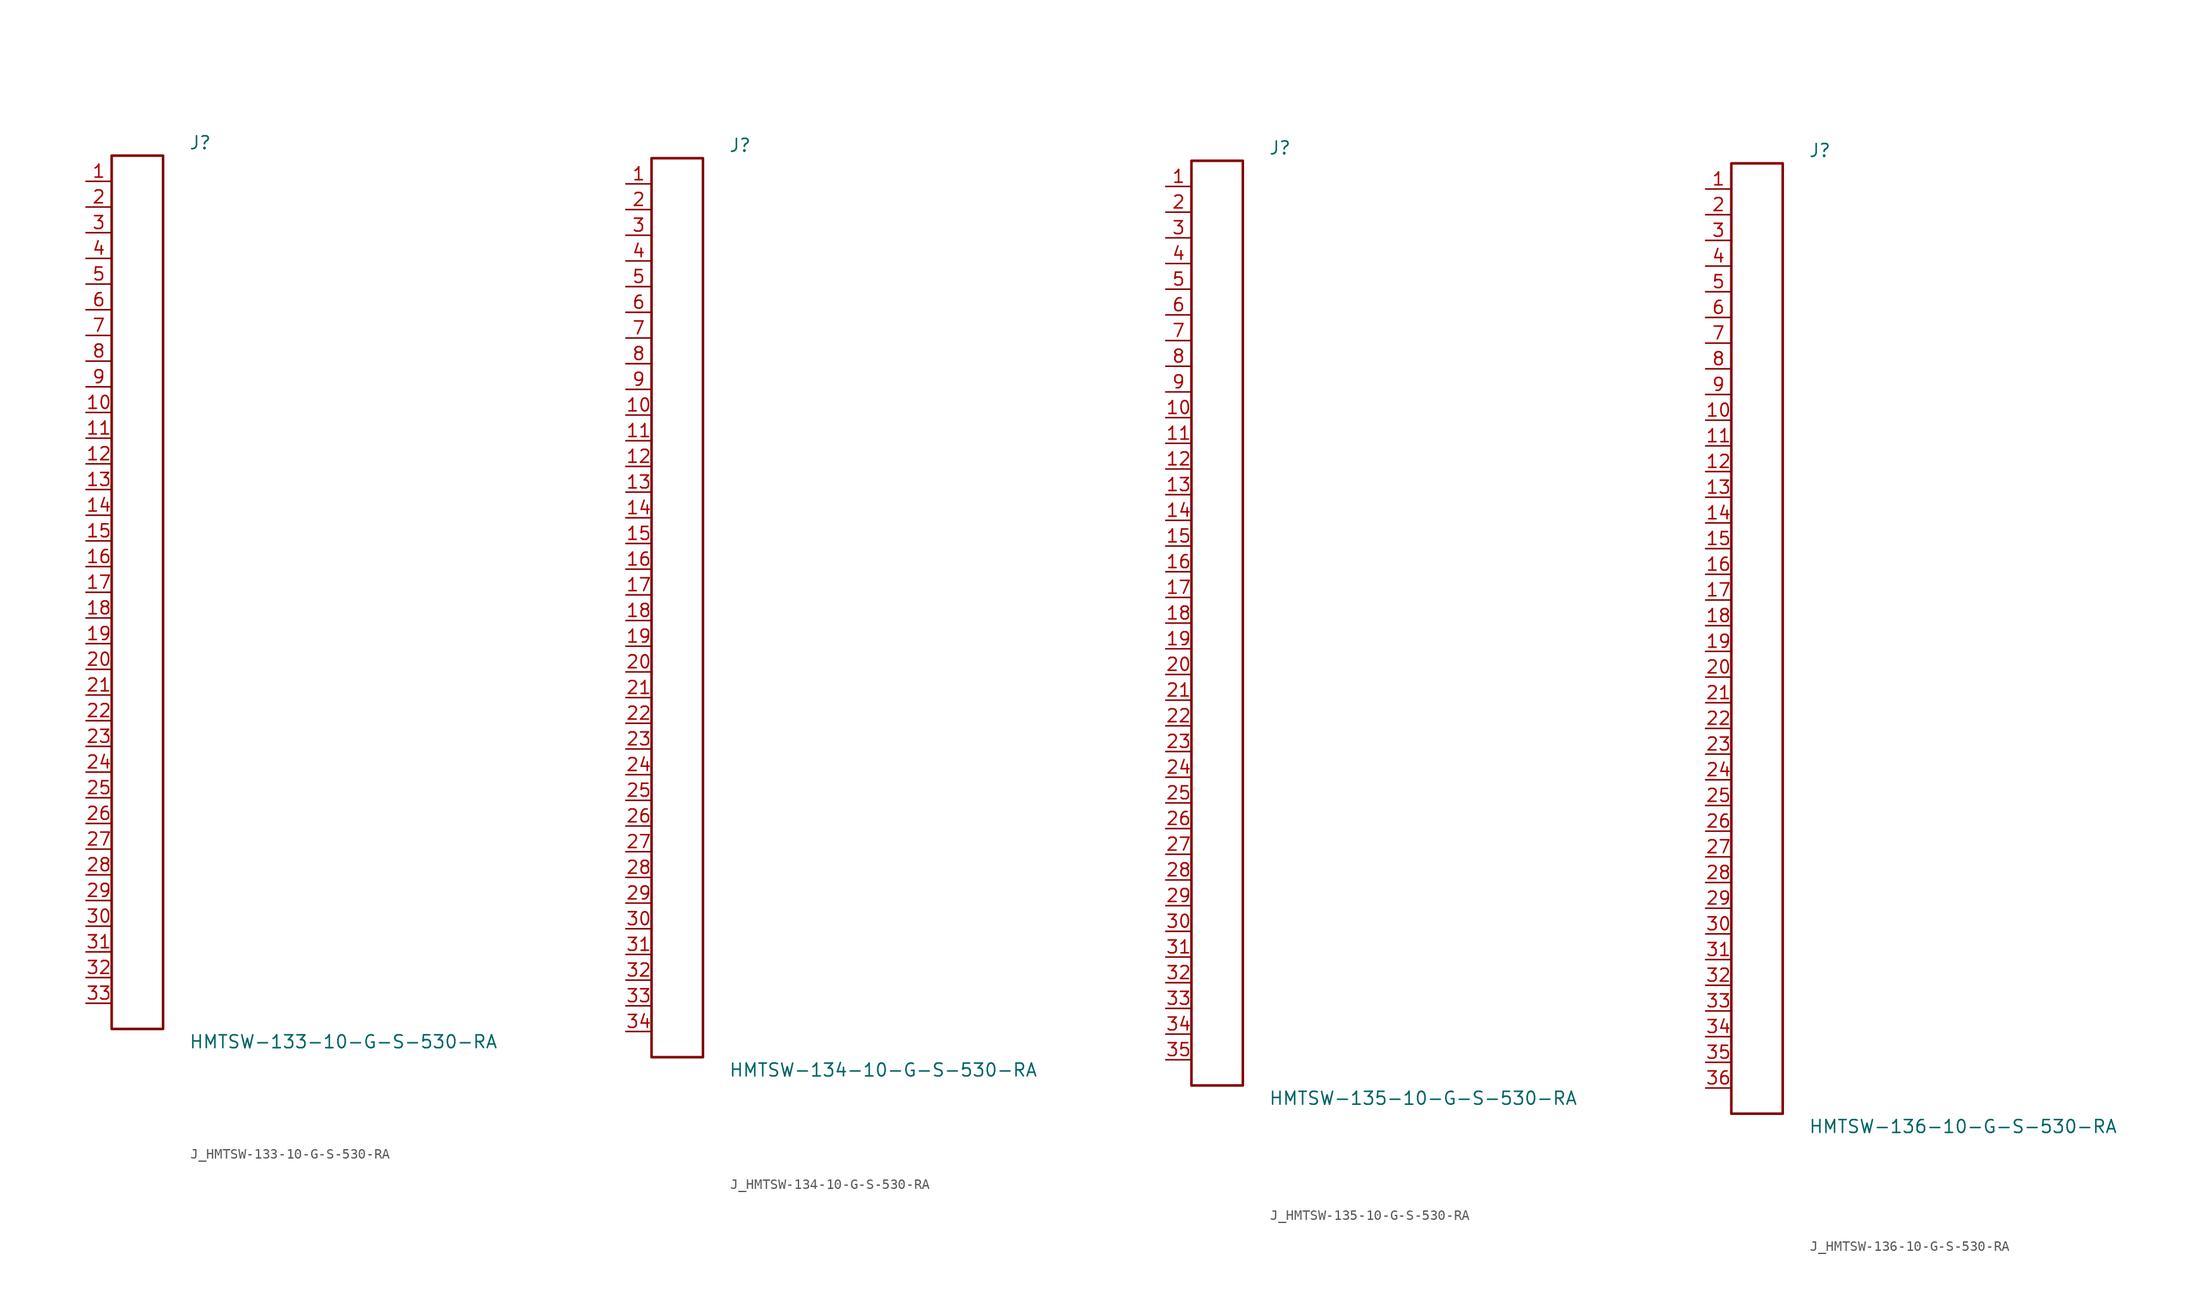
<source format=kicad_sym>
(kicad_symbol_lib
  (version 20231120)
  (generator kicad_symbol_editor)
  (generator_version 8.0)
  (symbol "J_HMTSW-133-10-G-S-530-RA"
    (pin_names
      (offset 0.254))
    (property "Reference" "J"
      (at 5.08 44.45 0)
      (effects (font (size 1.27 1.27)) (justify left)))
    (property "Value" "HMTSW-133-10-G-S-530-RA"
      (at 5.08 -44.45 0)
      (effects (font (size 1.27 1.27)) (justify left)))
    (symbol "J_HMTSW-133-10-G-S-530-RA_0_0"
      (pin unspecified line (at -5.08 40.64 0) (length 2.54) (name "" (effects (font (size 1.27 1.27)))) (number "1" (effects (font (size 1.27 1.27)))))
      (pin unspecified line (at -5.08 38.1 0) (length 2.54) (name "" (effects (font (size 1.27 1.27)))) (number "2" (effects (font (size 1.27 1.27)))))
      (pin unspecified line (at -5.08 35.56 0) (length 2.54) (name "" (effects (font (size 1.27 1.27)))) (number "3" (effects (font (size 1.27 1.27)))))
      (pin unspecified line (at -5.08 33.02 0) (length 2.54) (name "" (effects (font (size 1.27 1.27)))) (number "4" (effects (font (size 1.27 1.27)))))
      (pin unspecified line (at -5.08 30.48 0) (length 2.54) (name "" (effects (font (size 1.27 1.27)))) (number "5" (effects (font (size 1.27 1.27)))))
      (pin unspecified line (at -5.08 27.94 0) (length 2.54) (name "" (effects (font (size 1.27 1.27)))) (number "6" (effects (font (size 1.27 1.27)))))
      (pin unspecified line (at -5.08 25.4 0) (length 2.54) (name "" (effects (font (size 1.27 1.27)))) (number "7" (effects (font (size 1.27 1.27)))))
      (pin unspecified line (at -5.08 22.86 0) (length 2.54) (name "" (effects (font (size 1.27 1.27)))) (number "8" (effects (font (size 1.27 1.27)))))
      (pin unspecified line (at -5.08 20.32 0) (length 2.54) (name "" (effects (font (size 1.27 1.27)))) (number "9" (effects (font (size 1.27 1.27)))))
      (pin unspecified line (at -5.08 17.78 0) (length 2.54) (name "" (effects (font (size 1.27 1.27)))) (number "10" (effects (font (size 1.27 1.27)))))
      (pin unspecified line (at -5.08 15.24 0) (length 2.54) (name "" (effects (font (size 1.27 1.27)))) (number "11" (effects (font (size 1.27 1.27)))))
      (pin unspecified line (at -5.08 12.7 0) (length 2.54) (name "" (effects (font (size 1.27 1.27)))) (number "12" (effects (font (size 1.27 1.27)))))
      (pin unspecified line (at -5.08 10.16 0) (length 2.54) (name "" (effects (font (size 1.27 1.27)))) (number "13" (effects (font (size 1.27 1.27)))))
      (pin unspecified line (at -5.08 7.62 0) (length 2.54) (name "" (effects (font (size 1.27 1.27)))) (number "14" (effects (font (size 1.27 1.27)))))
      (pin unspecified line (at -5.08 5.08 0) (length 2.54) (name "" (effects (font (size 1.27 1.27)))) (number "15" (effects (font (size 1.27 1.27)))))
      (pin unspecified line (at -5.08 2.54 0) (length 2.54) (name "" (effects (font (size 1.27 1.27)))) (number "16" (effects (font (size 1.27 1.27)))))
      (pin unspecified line (at -5.08 0.0 0) (length 2.54) (name "" (effects (font (size 1.27 1.27)))) (number "17" (effects (font (size 1.27 1.27)))))
      (pin unspecified line (at -5.08 -2.54 0) (length 2.54) (name "" (effects (font (size 1.27 1.27)))) (number "18" (effects (font (size 1.27 1.27)))))
      (pin unspecified line (at -5.08 -5.08 0) (length 2.54) (name "" (effects (font (size 1.27 1.27)))) (number "19" (effects (font (size 1.27 1.27)))))
      (pin unspecified line (at -5.08 -7.62 0) (length 2.54) (name "" (effects (font (size 1.27 1.27)))) (number "20" (effects (font (size 1.27 1.27)))))
      (pin unspecified line (at -5.08 -10.16 0) (length 2.54) (name "" (effects (font (size 1.27 1.27)))) (number "21" (effects (font (size 1.27 1.27)))))
      (pin unspecified line (at -5.08 -12.7 0) (length 2.54) (name "" (effects (font (size 1.27 1.27)))) (number "22" (effects (font (size 1.27 1.27)))))
      (pin unspecified line (at -5.08 -15.24 0) (length 2.54) (name "" (effects (font (size 1.27 1.27)))) (number "23" (effects (font (size 1.27 1.27)))))
      (pin unspecified line (at -5.08 -17.78 0) (length 2.54) (name "" (effects (font (size 1.27 1.27)))) (number "24" (effects (font (size 1.27 1.27)))))
      (pin unspecified line (at -5.08 -20.32 0) (length 2.54) (name "" (effects (font (size 1.27 1.27)))) (number "25" (effects (font (size 1.27 1.27)))))
      (pin unspecified line (at -5.08 -22.86 0) (length 2.54) (name "" (effects (font (size 1.27 1.27)))) (number "26" (effects (font (size 1.27 1.27)))))
      (pin unspecified line (at -5.08 -25.4 0) (length 2.54) (name "" (effects (font (size 1.27 1.27)))) (number "27" (effects (font (size 1.27 1.27)))))
      (pin unspecified line (at -5.08 -27.94 0) (length 2.54) (name "" (effects (font (size 1.27 1.27)))) (number "28" (effects (font (size 1.27 1.27)))))
      (pin unspecified line (at -5.08 -30.48 0) (length 2.54) (name "" (effects (font (size 1.27 1.27)))) (number "29" (effects (font (size 1.27 1.27)))))
      (pin unspecified line (at -5.08 -33.02 0) (length 2.54) (name "" (effects (font (size 1.27 1.27)))) (number "30" (effects (font (size 1.27 1.27)))))
      (pin unspecified line (at -5.08 -35.56 0) (length 2.54) (name "" (effects (font (size 1.27 1.27)))) (number "31" (effects (font (size 1.27 1.27)))))
      (pin unspecified line (at -5.08 -38.1 0) (length 2.54) (name "" (effects (font (size 1.27 1.27)))) (number "32" (effects (font (size 1.27 1.27)))))
      (pin unspecified line (at -5.08 -40.64 0) (length 2.54) (name "" (effects (font (size 1.27 1.27)))) (number "33" (effects (font (size 1.27 1.27))))))
    (symbol "J_HMTSW-133-10-G-S-530-RA_1_0"
      (rectangle (start -2.54 43.18) (end 2.54 -43.18) (stroke (width 0.254) (type solid)) (fill (type none)))))
  (symbol "J_HMTSW-134-10-G-S-530-RA"
    (pin_names
      (offset 0.254))
    (property "Reference" "J"
      (at 5.08 45.72 0)
      (effects (font (size 1.27 1.27)) (justify left)))
    (property "Value" "HMTSW-134-10-G-S-530-RA"
      (at 5.08 -45.72 0)
      (effects (font (size 1.27 1.27)) (justify left)))
    (symbol "J_HMTSW-134-10-G-S-530-RA_0_0"
      (pin unspecified line (at -5.08 41.91 0) (length 2.54) (name "" (effects (font (size 1.27 1.27)))) (number "1" (effects (font (size 1.27 1.27)))))
      (pin unspecified line (at -5.08 39.37 0) (length 2.54) (name "" (effects (font (size 1.27 1.27)))) (number "2" (effects (font (size 1.27 1.27)))))
      (pin unspecified line (at -5.08 36.83 0) (length 2.54) (name "" (effects (font (size 1.27 1.27)))) (number "3" (effects (font (size 1.27 1.27)))))
      (pin unspecified line (at -5.08 34.29 0) (length 2.54) (name "" (effects (font (size 1.27 1.27)))) (number "4" (effects (font (size 1.27 1.27)))))
      (pin unspecified line (at -5.08 31.75 0) (length 2.54) (name "" (effects (font (size 1.27 1.27)))) (number "5" (effects (font (size 1.27 1.27)))))
      (pin unspecified line (at -5.08 29.21 0) (length 2.54) (name "" (effects (font (size 1.27 1.27)))) (number "6" (effects (font (size 1.27 1.27)))))
      (pin unspecified line (at -5.08 26.67 0) (length 2.54) (name "" (effects (font (size 1.27 1.27)))) (number "7" (effects (font (size 1.27 1.27)))))
      (pin unspecified line (at -5.08 24.13 0) (length 2.54) (name "" (effects (font (size 1.27 1.27)))) (number "8" (effects (font (size 1.27 1.27)))))
      (pin unspecified line (at -5.08 21.59 0) (length 2.54) (name "" (effects (font (size 1.27 1.27)))) (number "9" (effects (font (size 1.27 1.27)))))
      (pin unspecified line (at -5.08 19.05 0) (length 2.54) (name "" (effects (font (size 1.27 1.27)))) (number "10" (effects (font (size 1.27 1.27)))))
      (pin unspecified line (at -5.08 16.51 0) (length 2.54) (name "" (effects (font (size 1.27 1.27)))) (number "11" (effects (font (size 1.27 1.27)))))
      (pin unspecified line (at -5.08 13.97 0) (length 2.54) (name "" (effects (font (size 1.27 1.27)))) (number "12" (effects (font (size 1.27 1.27)))))
      (pin unspecified line (at -5.08 11.43 0) (length 2.54) (name "" (effects (font (size 1.27 1.27)))) (number "13" (effects (font (size 1.27 1.27)))))
      (pin unspecified line (at -5.08 8.89 0) (length 2.54) (name "" (effects (font (size 1.27 1.27)))) (number "14" (effects (font (size 1.27 1.27)))))
      (pin unspecified line (at -5.08 6.35 0) (length 2.54) (name "" (effects (font (size 1.27 1.27)))) (number "15" (effects (font (size 1.27 1.27)))))
      (pin unspecified line (at -5.08 3.81 0) (length 2.54) (name "" (effects (font (size 1.27 1.27)))) (number "16" (effects (font (size 1.27 1.27)))))
      (pin unspecified line (at -5.08 1.27 0) (length 2.54) (name "" (effects (font (size 1.27 1.27)))) (number "17" (effects (font (size 1.27 1.27)))))
      (pin unspecified line (at -5.08 -1.27 0) (length 2.54) (name "" (effects (font (size 1.27 1.27)))) (number "18" (effects (font (size 1.27 1.27)))))
      (pin unspecified line (at -5.08 -3.81 0) (length 2.54) (name "" (effects (font (size 1.27 1.27)))) (number "19" (effects (font (size 1.27 1.27)))))
      (pin unspecified line (at -5.08 -6.35 0) (length 2.54) (name "" (effects (font (size 1.27 1.27)))) (number "20" (effects (font (size 1.27 1.27)))))
      (pin unspecified line (at -5.08 -8.89 0) (length 2.54) (name "" (effects (font (size 1.27 1.27)))) (number "21" (effects (font (size 1.27 1.27)))))
      (pin unspecified line (at -5.08 -11.43 0) (length 2.54) (name "" (effects (font (size 1.27 1.27)))) (number "22" (effects (font (size 1.27 1.27)))))
      (pin unspecified line (at -5.08 -13.97 0) (length 2.54) (name "" (effects (font (size 1.27 1.27)))) (number "23" (effects (font (size 1.27 1.27)))))
      (pin unspecified line (at -5.08 -16.51 0) (length 2.54) (name "" (effects (font (size 1.27 1.27)))) (number "24" (effects (font (size 1.27 1.27)))))
      (pin unspecified line (at -5.08 -19.05 0) (length 2.54) (name "" (effects (font (size 1.27 1.27)))) (number "25" (effects (font (size 1.27 1.27)))))
      (pin unspecified line (at -5.08 -21.59 0) (length 2.54) (name "" (effects (font (size 1.27 1.27)))) (number "26" (effects (font (size 1.27 1.27)))))
      (pin unspecified line (at -5.08 -24.13 0) (length 2.54) (name "" (effects (font (size 1.27 1.27)))) (number "27" (effects (font (size 1.27 1.27)))))
      (pin unspecified line (at -5.08 -26.67 0) (length 2.54) (name "" (effects (font (size 1.27 1.27)))) (number "28" (effects (font (size 1.27 1.27)))))
      (pin unspecified line (at -5.08 -29.21 0) (length 2.54) (name "" (effects (font (size 1.27 1.27)))) (number "29" (effects (font (size 1.27 1.27)))))
      (pin unspecified line (at -5.08 -31.75 0) (length 2.54) (name "" (effects (font (size 1.27 1.27)))) (number "30" (effects (font (size 1.27 1.27)))))
      (pin unspecified line (at -5.08 -34.29 0) (length 2.54) (name "" (effects (font (size 1.27 1.27)))) (number "31" (effects (font (size 1.27 1.27)))))
      (pin unspecified line (at -5.08 -36.83 0) (length 2.54) (name "" (effects (font (size 1.27 1.27)))) (number "32" (effects (font (size 1.27 1.27)))))
      (pin unspecified line (at -5.08 -39.37 0) (length 2.54) (name "" (effects (font (size 1.27 1.27)))) (number "33" (effects (font (size 1.27 1.27)))))
      (pin unspecified line (at -5.08 -41.91 0) (length 2.54) (name "" (effects (font (size 1.27 1.27)))) (number "34" (effects (font (size 1.27 1.27))))))
    (symbol "J_HMTSW-134-10-G-S-530-RA_1_0"
      (rectangle (start -2.54 44.45) (end 2.54 -44.45) (stroke (width 0.254) (type solid)) (fill (type none)))))
  (symbol "J_HMTSW-135-10-G-S-530-RA"
    (pin_names
      (offset 0.254))
    (property "Reference" "J"
      (at 5.08 46.99 0)
      (effects (font (size 1.27 1.27)) (justify left)))
    (property "Value" "HMTSW-135-10-G-S-530-RA"
      (at 5.08 -46.99 0)
      (effects (font (size 1.27 1.27)) (justify left)))
    (symbol "J_HMTSW-135-10-G-S-530-RA_0_0"
      (pin unspecified line (at -5.08 43.18 0) (length 2.54) (name "" (effects (font (size 1.27 1.27)))) (number "1" (effects (font (size 1.27 1.27)))))
      (pin unspecified line (at -5.08 40.64 0) (length 2.54) (name "" (effects (font (size 1.27 1.27)))) (number "2" (effects (font (size 1.27 1.27)))))
      (pin unspecified line (at -5.08 38.1 0) (length 2.54) (name "" (effects (font (size 1.27 1.27)))) (number "3" (effects (font (size 1.27 1.27)))))
      (pin unspecified line (at -5.08 35.56 0) (length 2.54) (name "" (effects (font (size 1.27 1.27)))) (number "4" (effects (font (size 1.27 1.27)))))
      (pin unspecified line (at -5.08 33.02 0) (length 2.54) (name "" (effects (font (size 1.27 1.27)))) (number "5" (effects (font (size 1.27 1.27)))))
      (pin unspecified line (at -5.08 30.48 0) (length 2.54) (name "" (effects (font (size 1.27 1.27)))) (number "6" (effects (font (size 1.27 1.27)))))
      (pin unspecified line (at -5.08 27.94 0) (length 2.54) (name "" (effects (font (size 1.27 1.27)))) (number "7" (effects (font (size 1.27 1.27)))))
      (pin unspecified line (at -5.08 25.4 0) (length 2.54) (name "" (effects (font (size 1.27 1.27)))) (number "8" (effects (font (size 1.27 1.27)))))
      (pin unspecified line (at -5.08 22.86 0) (length 2.54) (name "" (effects (font (size 1.27 1.27)))) (number "9" (effects (font (size 1.27 1.27)))))
      (pin unspecified line (at -5.08 20.32 0) (length 2.54) (name "" (effects (font (size 1.27 1.27)))) (number "10" (effects (font (size 1.27 1.27)))))
      (pin unspecified line (at -5.08 17.78 0) (length 2.54) (name "" (effects (font (size 1.27 1.27)))) (number "11" (effects (font (size 1.27 1.27)))))
      (pin unspecified line (at -5.08 15.24 0) (length 2.54) (name "" (effects (font (size 1.27 1.27)))) (number "12" (effects (font (size 1.27 1.27)))))
      (pin unspecified line (at -5.08 12.7 0) (length 2.54) (name "" (effects (font (size 1.27 1.27)))) (number "13" (effects (font (size 1.27 1.27)))))
      (pin unspecified line (at -5.08 10.16 0) (length 2.54) (name "" (effects (font (size 1.27 1.27)))) (number "14" (effects (font (size 1.27 1.27)))))
      (pin unspecified line (at -5.08 7.62 0) (length 2.54) (name "" (effects (font (size 1.27 1.27)))) (number "15" (effects (font (size 1.27 1.27)))))
      (pin unspecified line (at -5.08 5.08 0) (length 2.54) (name "" (effects (font (size 1.27 1.27)))) (number "16" (effects (font (size 1.27 1.27)))))
      (pin unspecified line (at -5.08 2.54 0) (length 2.54) (name "" (effects (font (size 1.27 1.27)))) (number "17" (effects (font (size 1.27 1.27)))))
      (pin unspecified line (at -5.08 0.0 0) (length 2.54) (name "" (effects (font (size 1.27 1.27)))) (number "18" (effects (font (size 1.27 1.27)))))
      (pin unspecified line (at -5.08 -2.54 0) (length 2.54) (name "" (effects (font (size 1.27 1.27)))) (number "19" (effects (font (size 1.27 1.27)))))
      (pin unspecified line (at -5.08 -5.08 0) (length 2.54) (name "" (effects (font (size 1.27 1.27)))) (number "20" (effects (font (size 1.27 1.27)))))
      (pin unspecified line (at -5.08 -7.62 0) (length 2.54) (name "" (effects (font (size 1.27 1.27)))) (number "21" (effects (font (size 1.27 1.27)))))
      (pin unspecified line (at -5.08 -10.16 0) (length 2.54) (name "" (effects (font (size 1.27 1.27)))) (number "22" (effects (font (size 1.27 1.27)))))
      (pin unspecified line (at -5.08 -12.7 0) (length 2.54) (name "" (effects (font (size 1.27 1.27)))) (number "23" (effects (font (size 1.27 1.27)))))
      (pin unspecified line (at -5.08 -15.24 0) (length 2.54) (name "" (effects (font (size 1.27 1.27)))) (number "24" (effects (font (size 1.27 1.27)))))
      (pin unspecified line (at -5.08 -17.78 0) (length 2.54) (name "" (effects (font (size 1.27 1.27)))) (number "25" (effects (font (size 1.27 1.27)))))
      (pin unspecified line (at -5.08 -20.32 0) (length 2.54) (name "" (effects (font (size 1.27 1.27)))) (number "26" (effects (font (size 1.27 1.27)))))
      (pin unspecified line (at -5.08 -22.86 0) (length 2.54) (name "" (effects (font (size 1.27 1.27)))) (number "27" (effects (font (size 1.27 1.27)))))
      (pin unspecified line (at -5.08 -25.4 0) (length 2.54) (name "" (effects (font (size 1.27 1.27)))) (number "28" (effects (font (size 1.27 1.27)))))
      (pin unspecified line (at -5.08 -27.94 0) (length 2.54) (name "" (effects (font (size 1.27 1.27)))) (number "29" (effects (font (size 1.27 1.27)))))
      (pin unspecified line (at -5.08 -30.48 0) (length 2.54) (name "" (effects (font (size 1.27 1.27)))) (number "30" (effects (font (size 1.27 1.27)))))
      (pin unspecified line (at -5.08 -33.02 0) (length 2.54) (name "" (effects (font (size 1.27 1.27)))) (number "31" (effects (font (size 1.27 1.27)))))
      (pin unspecified line (at -5.08 -35.56 0) (length 2.54) (name "" (effects (font (size 1.27 1.27)))) (number "32" (effects (font (size 1.27 1.27)))))
      (pin unspecified line (at -5.08 -38.1 0) (length 2.54) (name "" (effects (font (size 1.27 1.27)))) (number "33" (effects (font (size 1.27 1.27)))))
      (pin unspecified line (at -5.08 -40.64 0) (length 2.54) (name "" (effects (font (size 1.27 1.27)))) (number "34" (effects (font (size 1.27 1.27)))))
      (pin unspecified line (at -5.08 -43.18 0) (length 2.54) (name "" (effects (font (size 1.27 1.27)))) (number "35" (effects (font (size 1.27 1.27))))))
    (symbol "J_HMTSW-135-10-G-S-530-RA_1_0"
      (rectangle (start -2.54 45.72) (end 2.54 -45.72) (stroke (width 0.254) (type solid)) (fill (type none)))))
  (symbol "J_HMTSW-136-10-G-S-530-RA"
    (pin_names
      (offset 0.254))
    (property "Reference" "J"
      (at 5.08 48.26 0)
      (effects (font (size 1.27 1.27)) (justify left)))
    (property "Value" "HMTSW-136-10-G-S-530-RA"
      (at 5.08 -48.26 0)
      (effects (font (size 1.27 1.27)) (justify left)))
    (symbol "J_HMTSW-136-10-G-S-530-RA_0_0"
      (pin unspecified line (at -5.08 44.45 0) (length 2.54) (name "" (effects (font (size 1.27 1.27)))) (number "1" (effects (font (size 1.27 1.27)))))
      (pin unspecified line (at -5.08 41.91 0) (length 2.54) (name "" (effects (font (size 1.27 1.27)))) (number "2" (effects (font (size 1.27 1.27)))))
      (pin unspecified line (at -5.08 39.37 0) (length 2.54) (name "" (effects (font (size 1.27 1.27)))) (number "3" (effects (font (size 1.27 1.27)))))
      (pin unspecified line (at -5.08 36.83 0) (length 2.54) (name "" (effects (font (size 1.27 1.27)))) (number "4" (effects (font (size 1.27 1.27)))))
      (pin unspecified line (at -5.08 34.29 0) (length 2.54) (name "" (effects (font (size 1.27 1.27)))) (number "5" (effects (font (size 1.27 1.27)))))
      (pin unspecified line (at -5.08 31.75 0) (length 2.54) (name "" (effects (font (size 1.27 1.27)))) (number "6" (effects (font (size 1.27 1.27)))))
      (pin unspecified line (at -5.08 29.21 0) (length 2.54) (name "" (effects (font (size 1.27 1.27)))) (number "7" (effects (font (size 1.27 1.27)))))
      (pin unspecified line (at -5.08 26.67 0) (length 2.54) (name "" (effects (font (size 1.27 1.27)))) (number "8" (effects (font (size 1.27 1.27)))))
      (pin unspecified line (at -5.08 24.13 0) (length 2.54) (name "" (effects (font (size 1.27 1.27)))) (number "9" (effects (font (size 1.27 1.27)))))
      (pin unspecified line (at -5.08 21.59 0) (length 2.54) (name "" (effects (font (size 1.27 1.27)))) (number "10" (effects (font (size 1.27 1.27)))))
      (pin unspecified line (at -5.08 19.05 0) (length 2.54) (name "" (effects (font (size 1.27 1.27)))) (number "11" (effects (font (size 1.27 1.27)))))
      (pin unspecified line (at -5.08 16.51 0) (length 2.54) (name "" (effects (font (size 1.27 1.27)))) (number "12" (effects (font (size 1.27 1.27)))))
      (pin unspecified line (at -5.08 13.97 0) (length 2.54) (name "" (effects (font (size 1.27 1.27)))) (number "13" (effects (font (size 1.27 1.27)))))
      (pin unspecified line (at -5.08 11.43 0) (length 2.54) (name "" (effects (font (size 1.27 1.27)))) (number "14" (effects (font (size 1.27 1.27)))))
      (pin unspecified line (at -5.08 8.89 0) (length 2.54) (name "" (effects (font (size 1.27 1.27)))) (number "15" (effects (font (size 1.27 1.27)))))
      (pin unspecified line (at -5.08 6.35 0) (length 2.54) (name "" (effects (font (size 1.27 1.27)))) (number "16" (effects (font (size 1.27 1.27)))))
      (pin unspecified line (at -5.08 3.81 0) (length 2.54) (name "" (effects (font (size 1.27 1.27)))) (number "17" (effects (font (size 1.27 1.27)))))
      (pin unspecified line (at -5.08 1.27 0) (length 2.54) (name "" (effects (font (size 1.27 1.27)))) (number "18" (effects (font (size 1.27 1.27)))))
      (pin unspecified line (at -5.08 -1.27 0) (length 2.54) (name "" (effects (font (size 1.27 1.27)))) (number "19" (effects (font (size 1.27 1.27)))))
      (pin unspecified line (at -5.08 -3.81 0) (length 2.54) (name "" (effects (font (size 1.27 1.27)))) (number "20" (effects (font (size 1.27 1.27)))))
      (pin unspecified line (at -5.08 -6.35 0) (length 2.54) (name "" (effects (font (size 1.27 1.27)))) (number "21" (effects (font (size 1.27 1.27)))))
      (pin unspecified line (at -5.08 -8.89 0) (length 2.54) (name "" (effects (font (size 1.27 1.27)))) (number "22" (effects (font (size 1.27 1.27)))))
      (pin unspecified line (at -5.08 -11.43 0) (length 2.54) (name "" (effects (font (size 1.27 1.27)))) (number "23" (effects (font (size 1.27 1.27)))))
      (pin unspecified line (at -5.08 -13.97 0) (length 2.54) (name "" (effects (font (size 1.27 1.27)))) (number "24" (effects (font (size 1.27 1.27)))))
      (pin unspecified line (at -5.08 -16.51 0) (length 2.54) (name "" (effects (font (size 1.27 1.27)))) (number "25" (effects (font (size 1.27 1.27)))))
      (pin unspecified line (at -5.08 -19.05 0) (length 2.54) (name "" (effects (font (size 1.27 1.27)))) (number "26" (effects (font (size 1.27 1.27)))))
      (pin unspecified line (at -5.08 -21.59 0) (length 2.54) (name "" (effects (font (size 1.27 1.27)))) (number "27" (effects (font (size 1.27 1.27)))))
      (pin unspecified line (at -5.08 -24.13 0) (length 2.54) (name "" (effects (font (size 1.27 1.27)))) (number "28" (effects (font (size 1.27 1.27)))))
      (pin unspecified line (at -5.08 -26.67 0) (length 2.54) (name "" (effects (font (size 1.27 1.27)))) (number "29" (effects (font (size 1.27 1.27)))))
      (pin unspecified line (at -5.08 -29.21 0) (length 2.54) (name "" (effects (font (size 1.27 1.27)))) (number "30" (effects (font (size 1.27 1.27)))))
      (pin unspecified line (at -5.08 -31.75 0) (length 2.54) (name "" (effects (font (size 1.27 1.27)))) (number "31" (effects (font (size 1.27 1.27)))))
      (pin unspecified line (at -5.08 -34.29 0) (length 2.54) (name "" (effects (font (size 1.27 1.27)))) (number "32" (effects (font (size 1.27 1.27)))))
      (pin unspecified line (at -5.08 -36.83 0) (length 2.54) (name "" (effects (font (size 1.27 1.27)))) (number "33" (effects (font (size 1.27 1.27)))))
      (pin unspecified line (at -5.08 -39.37 0) (length 2.54) (name "" (effects (font (size 1.27 1.27)))) (number "34" (effects (font (size 1.27 1.27)))))
      (pin unspecified line (at -5.08 -41.91 0) (length 2.54) (name "" (effects (font (size 1.27 1.27)))) (number "35" (effects (font (size 1.27 1.27)))))
      (pin unspecified line (at -5.08 -44.45 0) (length 2.54) (name "" (effects (font (size 1.27 1.27)))) (number "36" (effects (font (size 1.27 1.27))))))
    (symbol "J_HMTSW-136-10-G-S-530-RA_1_0"
      (rectangle (start -2.54 46.99) (end 2.54 -46.99) (stroke (width 0.254) (type solid)) (fill (type none))))))
</source>
